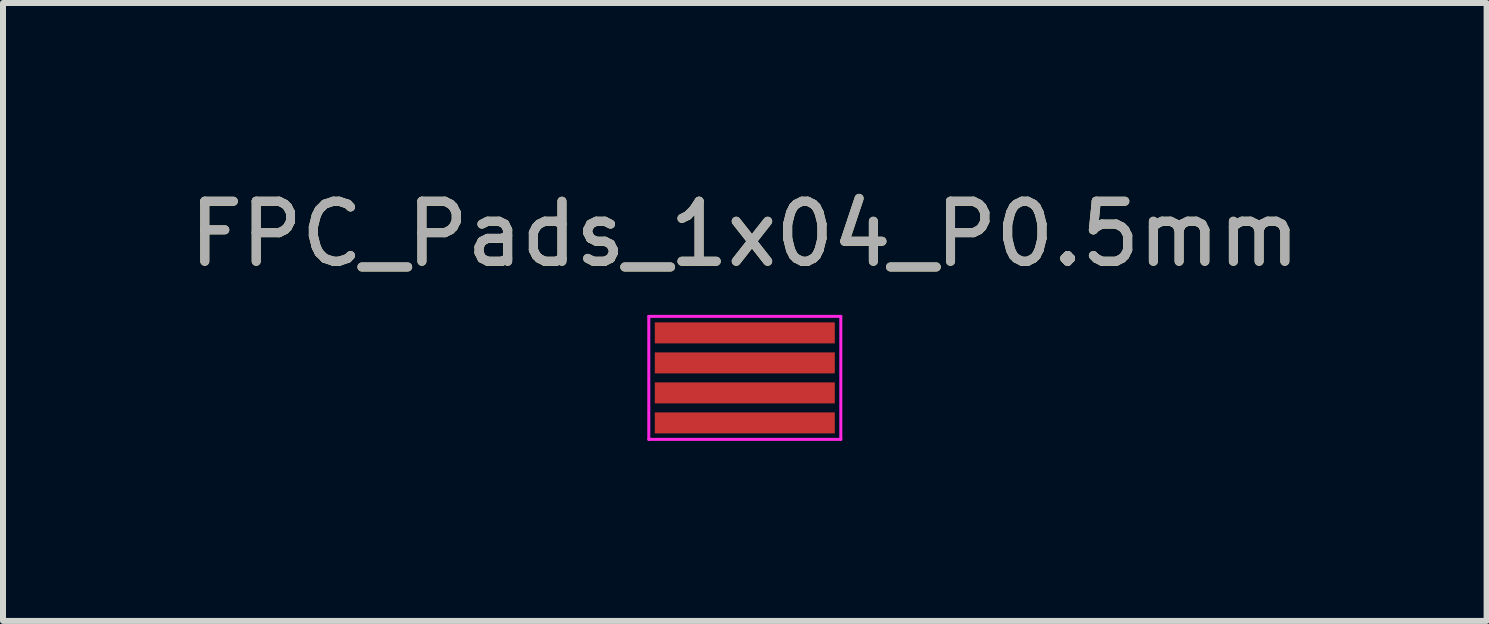
<source format=kicad_pcb>
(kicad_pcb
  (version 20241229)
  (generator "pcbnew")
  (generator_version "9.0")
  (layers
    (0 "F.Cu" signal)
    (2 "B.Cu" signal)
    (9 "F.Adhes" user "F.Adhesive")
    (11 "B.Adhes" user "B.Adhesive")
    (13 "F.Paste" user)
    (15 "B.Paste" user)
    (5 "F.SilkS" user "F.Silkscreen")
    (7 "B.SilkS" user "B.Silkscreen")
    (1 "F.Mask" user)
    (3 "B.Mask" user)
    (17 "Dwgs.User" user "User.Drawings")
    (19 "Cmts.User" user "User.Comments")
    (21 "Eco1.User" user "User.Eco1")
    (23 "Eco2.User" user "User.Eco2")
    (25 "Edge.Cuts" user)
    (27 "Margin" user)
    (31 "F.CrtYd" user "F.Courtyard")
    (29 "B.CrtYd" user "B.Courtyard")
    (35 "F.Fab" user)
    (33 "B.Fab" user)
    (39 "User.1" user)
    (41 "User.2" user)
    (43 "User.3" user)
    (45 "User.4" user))
  (footprint "FPC_Pads_1x04_P0.5mm"
    (layer "F.Cu")
    (at 9.363 3.248)
    (property "Reference" "FPC_Pads_1x04_P0.5mm" (at 0 -2.398 0) (layer "F.SilkS") (effects (font (size 1 1) (thickness 0.15))))
    (attr exclude_from_pos_files exclude_from_bom)
    (fp_line (start -1.6 -1.025) (end -1.6 1.025) (stroke (width 0.05) (type solid)) (layer "F.CrtYd"))
    (fp_line (start -1.6 -1.025) (end 1.6 -1.025) (stroke (width 0.05) (type solid)) (layer "F.CrtYd"))
    (fp_line (start 1.6 1.025) (end -1.6 1.025) (stroke (width 0.05) (type solid)) (layer "F.CrtYd"))
    (fp_line (start 1.6 1.025) (end 1.6 -1.025) (stroke (width 0.05) (type solid)) (layer "F.CrtYd"))
    (fp_text user "${REFERENCE}" (at 0 -2.4 0) (layer "F.Fab") (effects (font (size 1 1) (thickness 0.15))))
    (pad "1" smd rect (at 0 -0.75) (size 3 0.35) (layers "F.Cu" "F.Mask"))
    (pad "2" smd rect (at 0 -0.25) (size 3 0.35) (layers "F.Cu" "F.Mask"))
    (pad "3" smd rect (at 0 0.25) (size 3 0.35) (layers "F.Cu" "F.Mask"))
    (pad "4" smd rect (at 0 0.75) (size 3 0.35) (layers "F.Cu" "F.Mask")))
  (gr_rect
    (start -3 -3)
    (end 21.726 7.298)
    (stroke (width 0.1) (type default))
    (fill no)
    (layer "Edge.Cuts")))
</source>
